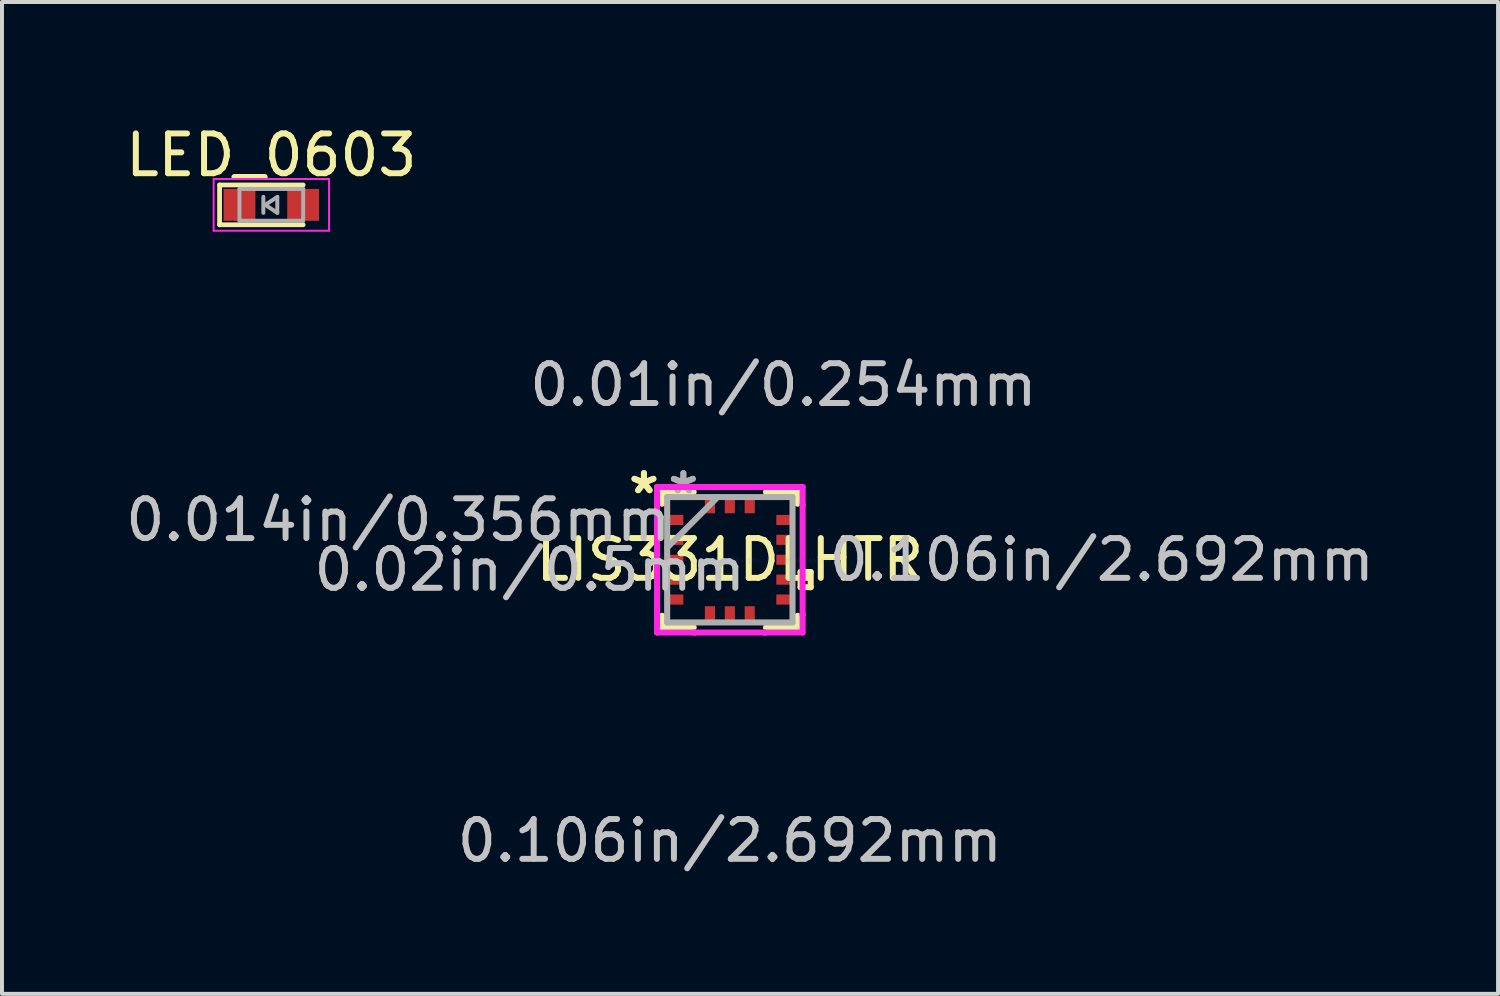
<source format=kicad_pcb>
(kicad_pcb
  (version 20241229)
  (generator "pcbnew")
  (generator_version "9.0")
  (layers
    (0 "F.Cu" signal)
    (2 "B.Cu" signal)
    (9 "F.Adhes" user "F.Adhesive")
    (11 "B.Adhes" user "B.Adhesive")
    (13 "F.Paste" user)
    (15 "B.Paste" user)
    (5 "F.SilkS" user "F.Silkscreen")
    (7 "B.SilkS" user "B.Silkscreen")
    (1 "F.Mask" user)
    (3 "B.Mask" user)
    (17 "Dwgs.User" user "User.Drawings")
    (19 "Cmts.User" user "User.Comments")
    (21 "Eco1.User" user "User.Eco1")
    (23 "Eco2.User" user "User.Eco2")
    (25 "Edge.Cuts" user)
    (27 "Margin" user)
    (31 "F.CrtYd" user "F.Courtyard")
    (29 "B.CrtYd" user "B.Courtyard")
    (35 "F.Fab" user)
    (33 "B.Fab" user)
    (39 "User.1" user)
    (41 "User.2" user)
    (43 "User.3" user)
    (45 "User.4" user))
  (footprint "LIS331DLHTR"
    (layer "F.Cu")
    (at 15.29 11.016)
    (property "Reference" "LIS331DLHTR" (at 0 0 0) (layer "F.SilkS") (effects (font (size 1 1) (thickness 0.15))))
    (attr through_hole)
    (fp_line (start -1.702 -1.702) (end -1.702 -1.408) (stroke (width 0.152) (type solid)) (layer "F.SilkS"))
    (fp_line (start -1.702 1.408) (end -1.702 1.702) (stroke (width 0.152) (type solid)) (layer "F.SilkS"))
    (fp_line (start -1.702 1.702) (end -0.908 1.702) (stroke (width 0.152) (type solid)) (layer "F.SilkS"))
    (fp_line (start -0.908 -1.702) (end -1.702 -1.702) (stroke (width 0.152) (type solid)) (layer "F.SilkS"))
    (fp_line (start 0.908 1.702) (end 1.702 1.702) (stroke (width 0.152) (type solid)) (layer "F.SilkS"))
    (fp_line (start 1.702 -1.702) (end 0.908 -1.702) (stroke (width 0.152) (type solid)) (layer "F.SilkS"))
    (fp_line (start 1.702 -1.408) (end 1.702 -1.702) (stroke (width 0.152) (type solid)) (layer "F.SilkS"))
    (fp_line (start 1.702 1.702) (end 1.702 1.408) (stroke (width 0.152) (type solid)) (layer "F.SilkS"))
    (fp_line (start 1.778 0.309) (end 2.032 0.309) (stroke (width 0.152) (type solid)) (layer "F.SilkS"))
    (fp_line (start 1.778 0.69) (end 1.778 0.309) (stroke (width 0.152) (type solid)) (layer "F.SilkS"))
    (fp_line (start 2.032 0.309) (end 2.032 0.69) (stroke (width 0.152) (type solid)) (layer "F.SilkS"))
    (fp_line (start 2.032 0.69) (end 1.778 0.69) (stroke (width 0.152) (type solid)) (layer "F.SilkS"))
    (fp_line (start -1.829 -1.829) (end -0.881 -1.829) (stroke (width 0.152) (type solid)) (layer "F.CrtYd"))
    (fp_line (start -1.829 -1.381) (end -1.829 -1.829) (stroke (width 0.152) (type solid)) (layer "F.CrtYd"))
    (fp_line (start -1.829 -1.381) (end -1.829 -1.381) (stroke (width 0.152) (type solid)) (layer "F.CrtYd"))
    (fp_line (start -1.829 1.381) (end -1.829 -1.381) (stroke (width 0.152) (type solid)) (layer "F.CrtYd"))
    (fp_line (start -1.829 1.381) (end -1.829 1.381) (stroke (width 0.152) (type solid)) (layer "F.CrtYd"))
    (fp_line (start -1.829 1.829) (end -1.829 1.381) (stroke (width 0.152) (type solid)) (layer "F.CrtYd"))
    (fp_line (start -0.881 -1.829) (end -0.881 -1.829) (stroke (width 0.152) (type solid)) (layer "F.CrtYd"))
    (fp_line (start -0.881 -1.829) (end 0.881 -1.829) (stroke (width 0.152) (type solid)) (layer "F.CrtYd"))
    (fp_line (start -0.881 1.829) (end -1.829 1.829) (stroke (width 0.152) (type solid)) (layer "F.CrtYd"))
    (fp_line (start -0.881 1.829) (end -0.881 1.829) (stroke (width 0.152) (type solid)) (layer "F.CrtYd"))
    (fp_line (start 0.881 -1.829) (end 0.881 -1.829) (stroke (width 0.152) (type solid)) (layer "F.CrtYd"))
    (fp_line (start 0.881 -1.829) (end 1.829 -1.829) (stroke (width 0.152) (type solid)) (layer "F.CrtYd"))
    (fp_line (start 0.881 1.829) (end -0.881 1.829) (stroke (width 0.152) (type solid)) (layer "F.CrtYd"))
    (fp_line (start 0.881 1.829) (end 0.881 1.829) (stroke (width 0.152) (type solid)) (layer "F.CrtYd"))
    (fp_line (start 1.829 -1.829) (end 1.829 -1.381) (stroke (width 0.152) (type solid)) (layer "F.CrtYd"))
    (fp_line (start 1.829 -1.381) (end 1.829 -1.381) (stroke (width 0.152) (type solid)) (layer "F.CrtYd"))
    (fp_line (start 1.829 -1.381) (end 1.829 1.381) (stroke (width 0.152) (type solid)) (layer "F.CrtYd"))
    (fp_line (start 1.829 1.381) (end 1.829 1.381) (stroke (width 0.152) (type solid)) (layer "F.CrtYd"))
    (fp_line (start 1.829 1.381) (end 1.829 1.829) (stroke (width 0.152) (type solid)) (layer "F.CrtYd"))
    (fp_line (start 1.829 1.829) (end 0.881 1.829) (stroke (width 0.152) (type solid)) (layer "F.CrtYd"))
    (fp_line (start -1.575 -1.575) (end -1.575 1.575) (stroke (width 0.152) (type solid)) (layer "F.Fab"))
    (fp_line (start -1.575 -0.305) (end -0.305 -1.575) (stroke (width 0.152) (type solid)) (layer "F.Fab"))
    (fp_line (start -1.575 1.575) (end 1.575 1.575) (stroke (width 0.152) (type solid)) (layer "F.Fab"))
    (fp_line (start 1.575 -1.575) (end -1.575 -1.575) (stroke (width 0.152) (type solid)) (layer "F.Fab"))
    (fp_line (start 1.575 1.575) (end 1.575 -1.575) (stroke (width 0.152) (type solid)) (layer "F.Fab"))
    (fp_text user "*" (at -2.159 -1.631 0) (layer "F.SilkS") (effects (font (size 1 1) (thickness 0.15))))
    (fp_text user "*" (at -2.159 -1.631 0) (layer "F.SilkS") (effects (font (size 1 1) (thickness 0.15))))
    (fp_text user "0.01in/0.254mm" (at 1.346 -4.394 0) (layer "Dwgs.User") (effects (font (size 1 1) (thickness 0.15))))
    (fp_text user "0.02in/0.5mm" (at -5.029 0.25 0) (layer "Dwgs.User") (effects (font (size 1 1) (thickness 0.15))))
    (fp_text user "0.014in/0.356mm" (at -8.331 -1 0) (layer "Dwgs.User") (effects (font (size 1 1) (thickness 0.15))))
    (fp_text user "0.106in/2.692mm" (at 0 7.061 0) (layer "Dwgs.User") (effects (font (size 1 1) (thickness 0.15))))
    (fp_text user "0.106in/2.692mm" (at 9.347 0 0) (layer "Dwgs.User") (effects (font (size 1 1) (thickness 0.15))))
    (fp_text user "Copyright 2016 Accelerated Designs. All rights reserved." (at 0 0 0) (layer "Cmts.User") (effects (font (size 0.127 0.127) (thickness 0.002))))
    (fp_text user "*" (at -1.168 -1.631 0) (layer "F.Fab") (effects (font (size 1 1) (thickness 0.15))))
    (fp_text user "*" (at -1.168 -1.631 0) (layer "F.Fab") (effects (font (size 1 1) (thickness 0.15))))
    (pad "1" smd rect (at -1.346 -1 90) (size 0.254 0.356) (layers "F.Cu" "F.Mask" "F.Paste"))
    (pad "2" smd rect (at -1.346 -0.5 90) (size 0.254 0.356) (layers "F.Cu" "F.Mask" "F.Paste"))
    (pad "3" smd rect (at -1.346 0 90) (size 0.254 0.356) (layers "F.Cu" "F.Mask" "F.Paste"))
    (pad "4" smd rect (at -1.346 0.5 90) (size 0.254 0.356) (layers "F.Cu" "F.Mask" "F.Paste"))
    (pad "5" smd rect (at -1.346 1 90) (size 0.254 0.356) (layers "F.Cu" "F.Mask" "F.Paste"))
    (pad "6" smd rect (at -0.5 1.346) (size 0.254 0.356) (layers "F.Cu" "F.Mask" "F.Paste"))
    (pad "7" smd rect (at 0 1.346) (size 0.254 0.356) (layers "F.Cu" "F.Mask" "F.Paste"))
    (pad "8" smd rect (at 0.5 1.346) (size 0.254 0.356) (layers "F.Cu" "F.Mask" "F.Paste"))
    (pad "9" smd rect (at 1.346 1 90) (size 0.254 0.356) (layers "F.Cu" "F.Mask" "F.Paste"))
    (pad "10" smd rect (at 1.346 0.5 90) (size 0.254 0.356) (layers "F.Cu" "F.Mask" "F.Paste"))
    (pad "11" smd rect (at 1.346 0 90) (size 0.254 0.356) (layers "F.Cu" "F.Mask" "F.Paste"))
    (pad "12" smd rect (at 1.346 -0.5 90) (size 0.254 0.356) (layers "F.Cu" "F.Mask" "F.Paste"))
    (pad "13" smd rect (at 1.346 -1 90) (size 0.254 0.356) (layers "F.Cu" "F.Mask" "F.Paste"))
    (pad "14" smd rect (at 0.5 -1.346) (size 0.254 0.356) (layers "F.Cu" "F.Mask" "F.Paste"))
    (pad "15" smd rect (at 0 -1.346) (size 0.254 0.356) (layers "F.Cu" "F.Mask" "F.Paste"))
    (pad "16" smd rect (at -0.5 -1.346) (size 0.254 0.356) (layers "F.Cu" "F.Mask" "F.Paste")))
  (footprint "LED_0603"
    (placed yes)
    (layer "F.Cu")
    (at 3.768 2.098)
    (property "Reference" "LED_0603" (at 0 -1.25 0) (layer "F.SilkS") (effects (font (size 1 1) (thickness 0.15))))
    (attr smd)
    (fp_line (start -1.3 -0.5) (end -1.3 0.5) (stroke (width 0.12) (type solid)) (layer "F.SilkS"))
    (fp_line (start -1.3 -0.5) (end 0.8 -0.5) (stroke (width 0.12) (type solid)) (layer "F.SilkS"))
    (fp_line (start -1.3 0.5) (end 0.8 0.5) (stroke (width 0.12) (type solid)) (layer "F.SilkS"))
    (fp_line (start -1.45 -0.65) (end 1.45 -0.65) (stroke (width 0.05) (type solid)) (layer "F.CrtYd"))
    (fp_line (start -1.45 0.65) (end -1.45 -0.65) (stroke (width 0.05) (type solid)) (layer "F.CrtYd"))
    (fp_line (start 1.45 -0.65) (end 1.45 0.65) (stroke (width 0.05) (type solid)) (layer "F.CrtYd"))
    (fp_line (start 1.45 0.65) (end -1.45 0.65) (stroke (width 0.05) (type solid)) (layer "F.CrtYd"))
    (fp_line (start -0.8 -0.4) (end 0.8 -0.4) (stroke (width 0.1) (type solid)) (layer "F.Fab"))
    (fp_line (start -0.8 0.4) (end -0.8 -0.4) (stroke (width 0.1) (type solid)) (layer "F.Fab"))
    (fp_line (start -0.2 -0.2) (end -0.2 0.2) (stroke (width 0.1) (type solid)) (layer "F.Fab"))
    (fp_line (start -0.15 0) (end 0.15 -0.2) (stroke (width 0.1) (type solid)) (layer "F.Fab"))
    (fp_line (start 0.15 -0.2) (end 0.15 0.2) (stroke (width 0.1) (type solid)) (layer "F.Fab"))
    (fp_line (start 0.15 0.2) (end -0.15 0) (stroke (width 0.1) (type solid)) (layer "F.Fab"))
    (fp_line (start 0.8 -0.4) (end 0.8 0.4) (stroke (width 0.1) (type solid)) (layer "F.Fab"))
    (fp_line (start 0.8 0.4) (end -0.8 0.4) (stroke (width 0.1) (type solid)) (layer "F.Fab"))
    (pad "1" smd rect (at -0.8 0 180) (size 0.8 0.8) (layers "F.Cu" "F.Mask" "F.Paste"))
    (pad "2" smd rect (at 0.8 0 180) (size 0.8 0.8) (layers "F.Cu" "F.Mask" "F.Paste")))
  (gr_rect
    (start -3 -3)
    (end 34.595 21.925)
    (stroke (width 0.1) (type default))
    (fill no)
    (layer "Edge.Cuts")))
</source>
